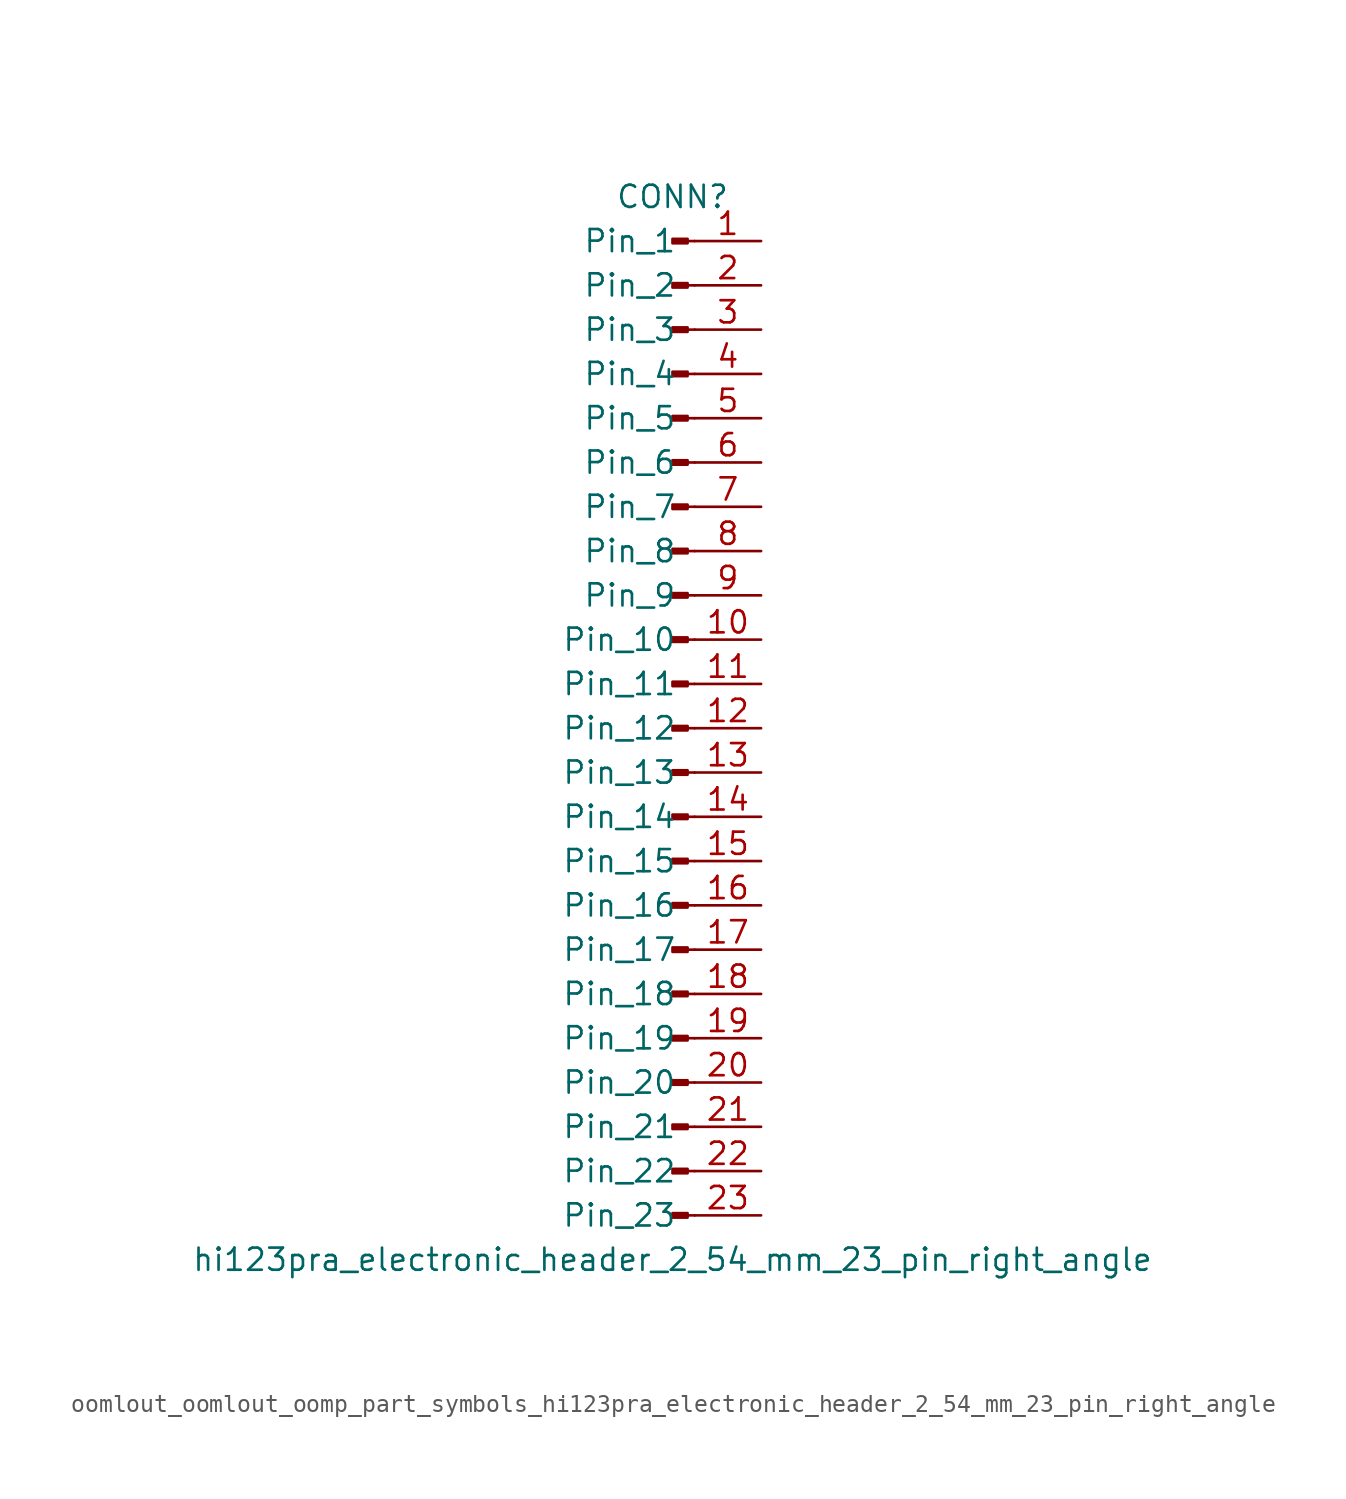
<source format=kicad_sym>
(kicad_symbol_lib
  (version 20220914)
  (generator kicad_symbol_editor)
  (symbol "oomlout_oomlout_oomp_part_symbols_hi123pra_electronic_header_2_54_mm_23_pin_right_angle"
    (pin_names
      (offset 1.016))
    (property "Reference" "CONN"
      (at 0 30.48 0)
      (effects (font (size 1.27 1.27))))
    (property "Value" "hi123pra_electronic_header_2_54_mm_23_pin_right_angle"
      (at 0 -30.48 0)
      (effects (font (size 1.27 1.27))))
    (property "ki_locked" ""
      (at 0 0 0)
      (effects (font (size 1.27 1.27))))
    (symbol "oomlout_oomlout_oomp_part_symbols_hi123pra_electronic_header_2_54_mm_23_pin_right_angle_1_1"
      (polyline (pts (xy 1.27 -27.94) (xy 0.864 -27.94)) (stroke (width 0.152) (type default)) (fill (type none)))
      (polyline (pts (xy 1.27 -25.4) (xy 0.864 -25.4)) (stroke (width 0.152) (type default)) (fill (type none)))
      (polyline (pts (xy 1.27 -22.86) (xy 0.864 -22.86)) (stroke (width 0.152) (type default)) (fill (type none)))
      (polyline (pts (xy 1.27 -20.32) (xy 0.864 -20.32)) (stroke (width 0.152) (type default)) (fill (type none)))
      (polyline (pts (xy 1.27 -17.78) (xy 0.864 -17.78)) (stroke (width 0.152) (type default)) (fill (type none)))
      (polyline (pts (xy 1.27 -15.24) (xy 0.864 -15.24)) (stroke (width 0.152) (type default)) (fill (type none)))
      (polyline (pts (xy 1.27 -12.7) (xy 0.864 -12.7)) (stroke (width 0.152) (type default)) (fill (type none)))
      (polyline (pts (xy 1.27 -10.16) (xy 0.864 -10.16)) (stroke (width 0.152) (type default)) (fill (type none)))
      (polyline (pts (xy 1.27 -7.62) (xy 0.864 -7.62)) (stroke (width 0.152) (type default)) (fill (type none)))
      (polyline (pts (xy 1.27 -5.08) (xy 0.864 -5.08)) (stroke (width 0.152) (type default)) (fill (type none)))
      (polyline (pts (xy 1.27 -2.54) (xy 0.864 -2.54)) (stroke (width 0.152) (type default)) (fill (type none)))
      (polyline (pts (xy 1.27 0) (xy 0.864 0)) (stroke (width 0.152) (type default)) (fill (type none)))
      (polyline (pts (xy 1.27 2.54) (xy 0.864 2.54)) (stroke (width 0.152) (type default)) (fill (type none)))
      (polyline (pts (xy 1.27 5.08) (xy 0.864 5.08)) (stroke (width 0.152) (type default)) (fill (type none)))
      (polyline (pts (xy 1.27 7.62) (xy 0.864 7.62)) (stroke (width 0.152) (type default)) (fill (type none)))
      (polyline (pts (xy 1.27 10.16) (xy 0.864 10.16)) (stroke (width 0.152) (type default)) (fill (type none)))
      (polyline (pts (xy 1.27 12.7) (xy 0.864 12.7)) (stroke (width 0.152) (type default)) (fill (type none)))
      (polyline (pts (xy 1.27 15.24) (xy 0.864 15.24)) (stroke (width 0.152) (type default)) (fill (type none)))
      (polyline (pts (xy 1.27 17.78) (xy 0.864 17.78)) (stroke (width 0.152) (type default)) (fill (type none)))
      (polyline (pts (xy 1.27 20.32) (xy 0.864 20.32)) (stroke (width 0.152) (type default)) (fill (type none)))
      (polyline (pts (xy 1.27 22.86) (xy 0.864 22.86)) (stroke (width 0.152) (type default)) (fill (type none)))
      (polyline (pts (xy 1.27 25.4) (xy 0.864 25.4)) (stroke (width 0.152) (type default)) (fill (type none)))
      (polyline (pts (xy 1.27 27.94) (xy 0.864 27.94)) (stroke (width 0.152) (type default)) (fill (type none)))
      (rectangle (start 0.864 -27.813) (end 0 -28.067) (stroke (width 0.152) (type default)) (fill (type outline)))
      (rectangle (start 0.864 -25.273) (end 0 -25.527) (stroke (width 0.152) (type default)) (fill (type outline)))
      (rectangle (start 0.864 -22.733) (end 0 -22.987) (stroke (width 0.152) (type default)) (fill (type outline)))
      (rectangle (start 0.864 -20.193) (end 0 -20.447) (stroke (width 0.152) (type default)) (fill (type outline)))
      (rectangle (start 0.864 -17.653) (end 0 -17.907) (stroke (width 0.152) (type default)) (fill (type outline)))
      (rectangle (start 0.864 -15.113) (end 0 -15.367) (stroke (width 0.152) (type default)) (fill (type outline)))
      (rectangle (start 0.864 -12.573) (end 0 -12.827) (stroke (width 0.152) (type default)) (fill (type outline)))
      (rectangle (start 0.864 -10.033) (end 0 -10.287) (stroke (width 0.152) (type default)) (fill (type outline)))
      (rectangle (start 0.864 -7.493) (end 0 -7.747) (stroke (width 0.152) (type default)) (fill (type outline)))
      (rectangle (start 0.864 -4.953) (end 0 -5.207) (stroke (width 0.152) (type default)) (fill (type outline)))
      (rectangle (start 0.864 -2.413) (end 0 -2.667) (stroke (width 0.152) (type default)) (fill (type outline)))
      (rectangle (start 0.864 0.127) (end 0 -0.127) (stroke (width 0.152) (type default)) (fill (type outline)))
      (rectangle (start 0.864 2.667) (end 0 2.413) (stroke (width 0.152) (type default)) (fill (type outline)))
      (rectangle (start 0.864 5.207) (end 0 4.953) (stroke (width 0.152) (type default)) (fill (type outline)))
      (rectangle (start 0.864 7.747) (end 0 7.493) (stroke (width 0.152) (type default)) (fill (type outline)))
      (rectangle (start 0.864 10.287) (end 0 10.033) (stroke (width 0.152) (type default)) (fill (type outline)))
      (rectangle (start 0.864 12.827) (end 0 12.573) (stroke (width 0.152) (type default)) (fill (type outline)))
      (rectangle (start 0.864 15.367) (end 0 15.113) (stroke (width 0.152) (type default)) (fill (type outline)))
      (rectangle (start 0.864 17.907) (end 0 17.653) (stroke (width 0.152) (type default)) (fill (type outline)))
      (rectangle (start 0.864 20.447) (end 0 20.193) (stroke (width 0.152) (type default)) (fill (type outline)))
      (rectangle (start 0.864 22.987) (end 0 22.733) (stroke (width 0.152) (type default)) (fill (type outline)))
      (rectangle (start 0.864 25.527) (end 0 25.273) (stroke (width 0.152) (type default)) (fill (type outline)))
      (rectangle (start 0.864 28.067) (end 0 27.813) (stroke (width 0.152) (type default)) (fill (type outline)))
      (pin passive line (at 5.08 27.94 180) (length 3.81) (name "Pin_1" (effects (font (size 1.27 1.27)))) (number "1" (effects (font (size 1.27 1.27)))))
      (pin passive line (at 5.08 5.08 180) (length 3.81) (name "Pin_10" (effects (font (size 1.27 1.27)))) (number "10" (effects (font (size 1.27 1.27)))))
      (pin passive line (at 5.08 2.54 180) (length 3.81) (name "Pin_11" (effects (font (size 1.27 1.27)))) (number "11" (effects (font (size 1.27 1.27)))))
      (pin passive line (at 5.08 0 180) (length 3.81) (name "Pin_12" (effects (font (size 1.27 1.27)))) (number "12" (effects (font (size 1.27 1.27)))))
      (pin passive line (at 5.08 -2.54 180) (length 3.81) (name "Pin_13" (effects (font (size 1.27 1.27)))) (number "13" (effects (font (size 1.27 1.27)))))
      (pin passive line (at 5.08 -5.08 180) (length 3.81) (name "Pin_14" (effects (font (size 1.27 1.27)))) (number "14" (effects (font (size 1.27 1.27)))))
      (pin passive line (at 5.08 -7.62 180) (length 3.81) (name "Pin_15" (effects (font (size 1.27 1.27)))) (number "15" (effects (font (size 1.27 1.27)))))
      (pin passive line (at 5.08 -10.16 180) (length 3.81) (name "Pin_16" (effects (font (size 1.27 1.27)))) (number "16" (effects (font (size 1.27 1.27)))))
      (pin passive line (at 5.08 -12.7 180) (length 3.81) (name "Pin_17" (effects (font (size 1.27 1.27)))) (number "17" (effects (font (size 1.27 1.27)))))
      (pin passive line (at 5.08 -15.24 180) (length 3.81) (name "Pin_18" (effects (font (size 1.27 1.27)))) (number "18" (effects (font (size 1.27 1.27)))))
      (pin passive line (at 5.08 -17.78 180) (length 3.81) (name "Pin_19" (effects (font (size 1.27 1.27)))) (number "19" (effects (font (size 1.27 1.27)))))
      (pin passive line (at 5.08 25.4 180) (length 3.81) (name "Pin_2" (effects (font (size 1.27 1.27)))) (number "2" (effects (font (size 1.27 1.27)))))
      (pin passive line (at 5.08 -20.32 180) (length 3.81) (name "Pin_20" (effects (font (size 1.27 1.27)))) (number "20" (effects (font (size 1.27 1.27)))))
      (pin passive line (at 5.08 -22.86 180) (length 3.81) (name "Pin_21" (effects (font (size 1.27 1.27)))) (number "21" (effects (font (size 1.27 1.27)))))
      (pin passive line (at 5.08 -25.4 180) (length 3.81) (name "Pin_22" (effects (font (size 1.27 1.27)))) (number "22" (effects (font (size 1.27 1.27)))))
      (pin passive line (at 5.08 -27.94 180) (length 3.81) (name "Pin_23" (effects (font (size 1.27 1.27)))) (number "23" (effects (font (size 1.27 1.27)))))
      (pin passive line (at 5.08 22.86 180) (length 3.81) (name "Pin_3" (effects (font (size 1.27 1.27)))) (number "3" (effects (font (size 1.27 1.27)))))
      (pin passive line (at 5.08 20.32 180) (length 3.81) (name "Pin_4" (effects (font (size 1.27 1.27)))) (number "4" (effects (font (size 1.27 1.27)))))
      (pin passive line (at 5.08 17.78 180) (length 3.81) (name "Pin_5" (effects (font (size 1.27 1.27)))) (number "5" (effects (font (size 1.27 1.27)))))
      (pin passive line (at 5.08 15.24 180) (length 3.81) (name "Pin_6" (effects (font (size 1.27 1.27)))) (number "6" (effects (font (size 1.27 1.27)))))
      (pin passive line (at 5.08 12.7 180) (length 3.81) (name "Pin_7" (effects (font (size 1.27 1.27)))) (number "7" (effects (font (size 1.27 1.27)))))
      (pin passive line (at 5.08 10.16 180) (length 3.81) (name "Pin_8" (effects (font (size 1.27 1.27)))) (number "8" (effects (font (size 1.27 1.27)))))
      (pin passive line (at 5.08 7.62 180) (length 3.81) (name "Pin_9" (effects (font (size 1.27 1.27)))) (number "9" (effects (font (size 1.27 1.27))))))))
</source>
